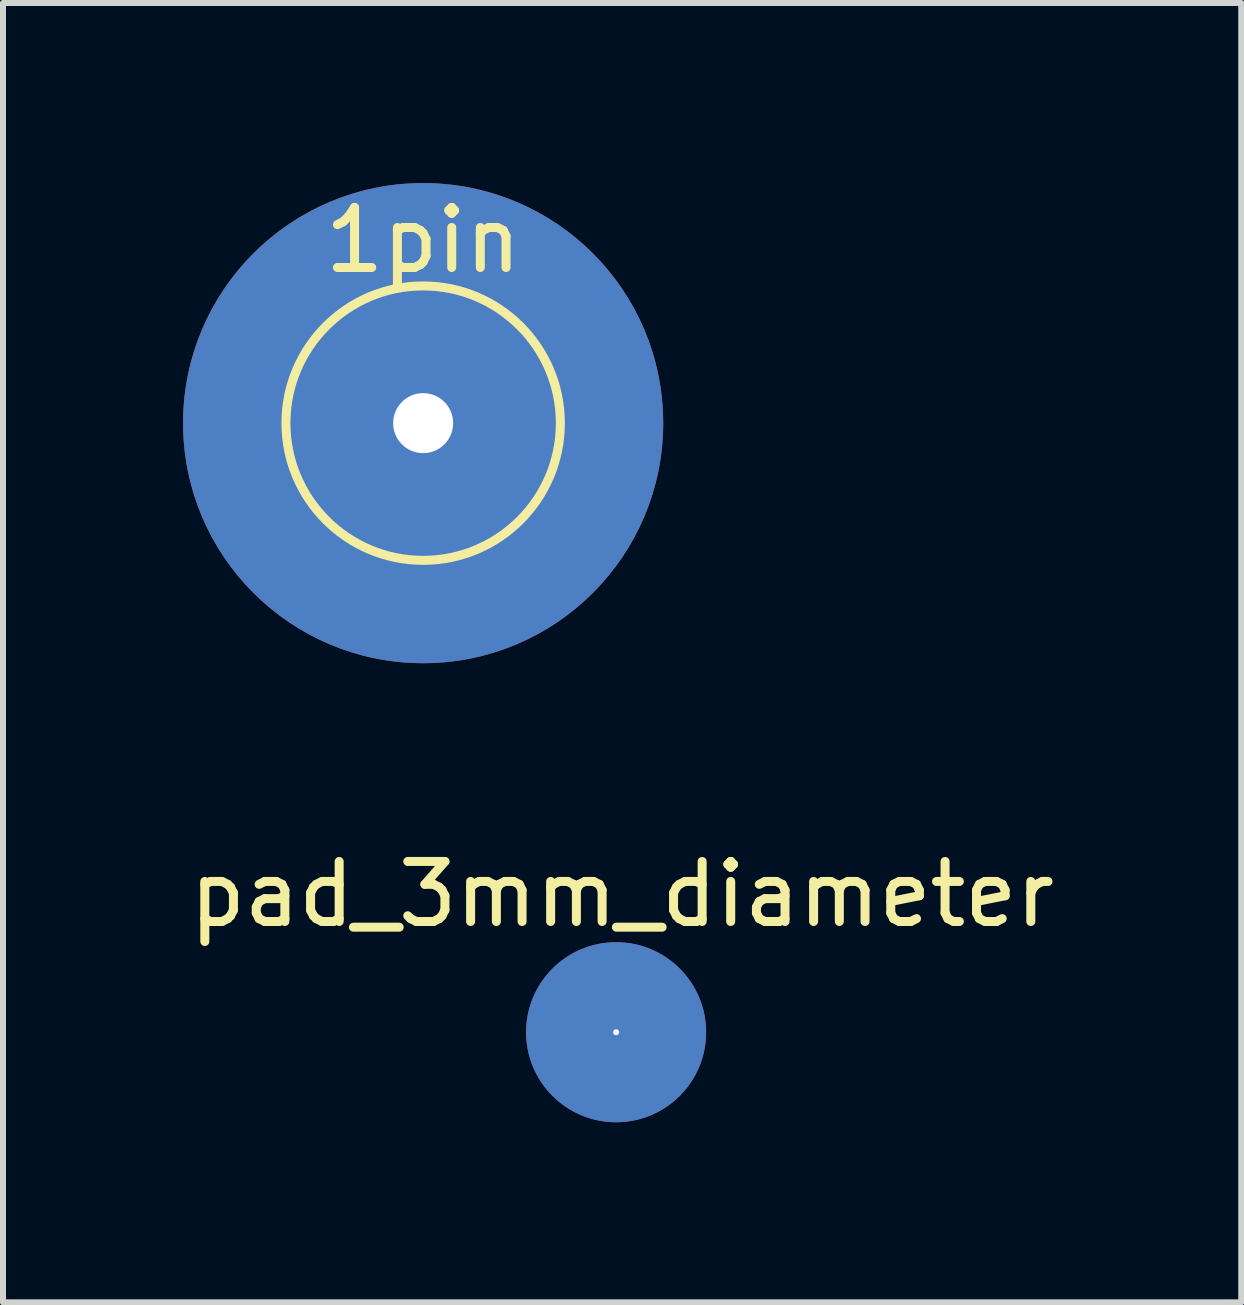
<source format=kicad_pcb>
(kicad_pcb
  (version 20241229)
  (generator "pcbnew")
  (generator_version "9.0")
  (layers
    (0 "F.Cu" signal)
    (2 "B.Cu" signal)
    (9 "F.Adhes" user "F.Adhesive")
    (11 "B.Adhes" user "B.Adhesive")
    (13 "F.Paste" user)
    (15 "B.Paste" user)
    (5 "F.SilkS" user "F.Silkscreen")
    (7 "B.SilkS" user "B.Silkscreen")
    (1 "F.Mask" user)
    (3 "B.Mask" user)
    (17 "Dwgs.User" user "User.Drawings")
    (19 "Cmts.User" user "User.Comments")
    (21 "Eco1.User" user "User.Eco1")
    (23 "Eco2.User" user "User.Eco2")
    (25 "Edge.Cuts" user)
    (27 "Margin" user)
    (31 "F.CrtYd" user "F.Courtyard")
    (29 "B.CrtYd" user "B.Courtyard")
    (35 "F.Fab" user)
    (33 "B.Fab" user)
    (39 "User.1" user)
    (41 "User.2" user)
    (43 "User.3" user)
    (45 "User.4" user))
  (footprint "pad_3mm_diameter"
    (layer "F.Cu")
    (at 7.215 14.148)
    (property "Reference" "pad_3mm_diameter" (at 0.1 -2.3 0) (layer "F.SilkS") (effects (font (size 1 1) (thickness 0.15))))
    (attr through_hole)
    (pad "1" thru_hole circle (at 0 0) (size 3 3) (drill 0.1) (layers "*.Cu" "*.Mask")))
  (footprint "1pin"
    (layer "F.Cu")
    (at 4 4)
    (property "Reference" "1pin" (at 0 -3.048 0) (layer "F.SilkS") (effects (font (size 1 1) (thickness 0.15))))
    (attr through_hole)
    (fp_circle (center 0 0) (end 0 -2.286) (stroke (width 0.15) (type solid)) (fill no) (layer "F.SilkS"))
    (pad "1" thru_hole circle (at 0 0) (size 8 8) (drill 1) (layers "*.Cu" "*.Mask")))
  (gr_rect
    (start -3 -3)
    (end 17.631 18.648)
    (stroke (width 0.1) (type default))
    (fill no)
    (layer "Edge.Cuts")))
</source>
